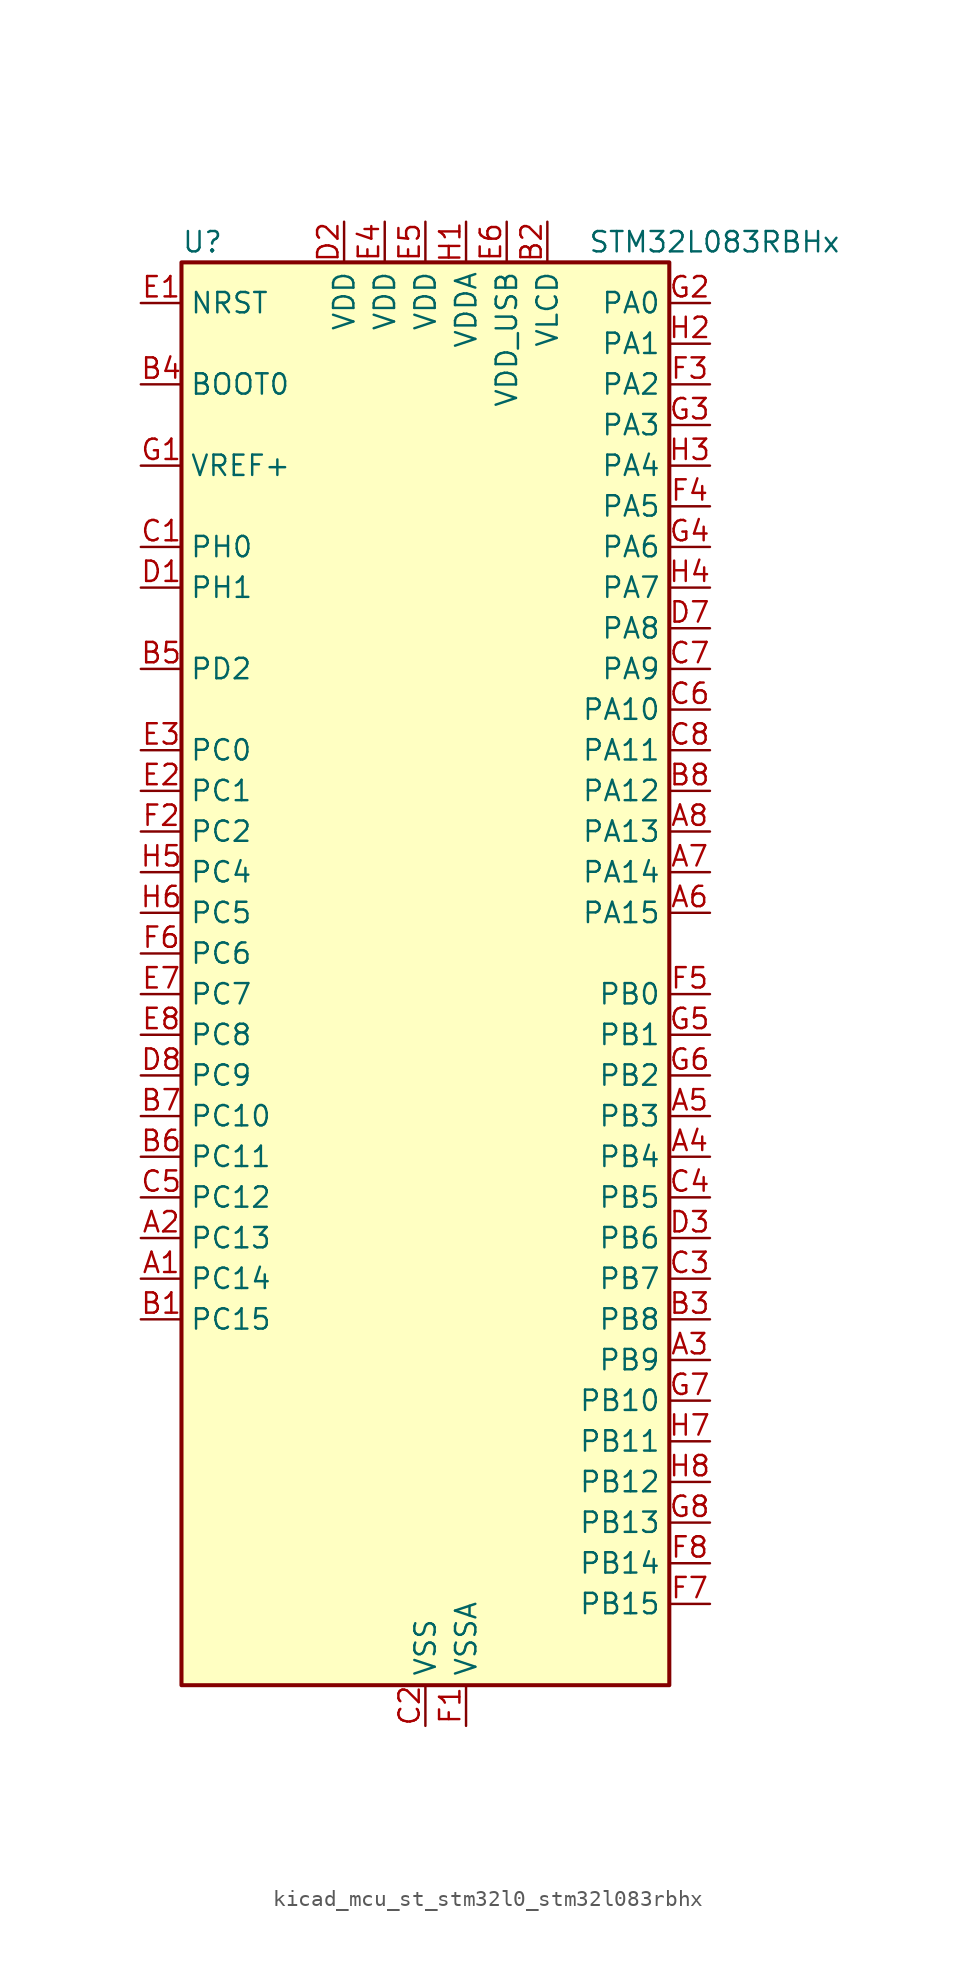
<source format=kicad_sym>
(kicad_symbol_lib
  (version 20220914)
  (generator kicad_symbol_editor)
  (symbol "kicad_mcu_st_stm32l0_stm32l083rbhx"
    (property "Reference" "U"
      (at -15.24 46.99 0)
      (effects (font (size 1.27 1.27)) (justify left)))
    (property "Value" "STM32L083RBHx"
      (at 10.16 46.99 0)
      (effects (font (size 1.27 1.27)) (justify left)))
    (property "ki_locked" ""
      (at 0 0 0)
      (effects (font (size 1.27 1.27))))
    (symbol "kicad_mcu_st_stm32l0_stm32l083rbhx_0_1"
      (rectangle (start -15.24 -43.18) (end 15.24 45.72) (stroke (width 0.254) (type default)) (fill (type background))))
    (symbol "kicad_mcu_st_stm32l0_stm32l083rbhx_1_1"
      (pin bidirectional line (at -17.78 -17.78 0) (length 2.54) (name "PC14" (effects (font (size 1.27 1.27)))) (number "A1" (effects (font (size 1.27 1.27)))) (alternate "RCC_OSC32_IN" bidirectional line))
      (pin bidirectional line (at -17.78 -15.24 0) (length 2.54) (name "PC13" (effects (font (size 1.27 1.27)))) (number "A2" (effects (font (size 1.27 1.27)))) (alternate "RTC_OUT_ALARM" bidirectional line) (alternate "RTC_OUT_CALIB" bidirectional line) (alternate "RTC_TAMP1" bidirectional line) (alternate "RTC_TS" bidirectional line) (alternate "SYS_WKUP2" bidirectional line))
      (pin bidirectional line (at 17.78 -22.86 180) (length 2.54) (name "PB9" (effects (font (size 1.27 1.27)))) (number "A3" (effects (font (size 1.27 1.27)))) (alternate "DAC_EXTI9" bidirectional line) (alternate "I2C1_SDA" bidirectional line) (alternate "I2S2_WS" bidirectional line) (alternate "LCD_COM3" bidirectional line) (alternate "SPI2_NSS" bidirectional line))
      (pin bidirectional line (at 17.78 -10.16 180) (length 2.54) (name "PB4" (effects (font (size 1.27 1.27)))) (number "A4" (effects (font (size 1.27 1.27)))) (alternate "COMP2_INP" bidirectional line) (alternate "I2C3_SDA" bidirectional line) (alternate "LCD_SEG8" bidirectional line) (alternate "SPI1_MISO" bidirectional line) (alternate "TIM22_CH1" bidirectional line) (alternate "TIM3_CH1" bidirectional line) (alternate "TSC_G5_IO2" bidirectional line) (alternate "USART1_CTS" bidirectional line) (alternate "USART5_RX" bidirectional line))
      (pin bidirectional line (at 17.78 -7.62 180) (length 2.54) (name "PB3" (effects (font (size 1.27 1.27)))) (number "A5" (effects (font (size 1.27 1.27)))) (alternate "COMP2_INM" bidirectional line) (alternate "LCD_SEG7" bidirectional line) (alternate "SPI1_SCK" bidirectional line) (alternate "TIM2_CH2" bidirectional line) (alternate "TSC_G5_IO1" bidirectional line) (alternate "USART1_DE" bidirectional line) (alternate "USART1_RTS" bidirectional line) (alternate "USART5_TX" bidirectional line))
      (pin bidirectional line (at 17.78 5.08 180) (length 2.54) (name "PA15" (effects (font (size 1.27 1.27)))) (number "A6" (effects (font (size 1.27 1.27)))) (alternate "LCD_SEG17" bidirectional line) (alternate "SPI1_NSS" bidirectional line) (alternate "TIM2_CH1" bidirectional line) (alternate "TIM2_ETR" bidirectional line) (alternate "USART2_RX" bidirectional line) (alternate "USART4_DE" bidirectional line) (alternate "USART4_RTS" bidirectional line))
      (pin bidirectional line (at 17.78 7.62 180) (length 2.54) (name "PA14" (effects (font (size 1.27 1.27)))) (number "A7" (effects (font (size 1.27 1.27)))) (alternate "LPUART1_TX" bidirectional line) (alternate "SYS_SWCLK" bidirectional line) (alternate "USART2_TX" bidirectional line))
      (pin bidirectional line (at 17.78 10.16 180) (length 2.54) (name "PA13" (effects (font (size 1.27 1.27)))) (number "A8" (effects (font (size 1.27 1.27)))) (alternate "LPUART1_RX" bidirectional line) (alternate "SYS_SWDIO" bidirectional line) (alternate "USB_NOE" bidirectional line))
      (pin bidirectional line (at -17.78 -20.32 0) (length 2.54) (name "PC15" (effects (font (size 1.27 1.27)))) (number "B1" (effects (font (size 1.27 1.27)))) (alternate "RCC_OSC32_OUT" bidirectional line))
      (pin power_in line (at 7.62 48.26 270) (length 2.54) (name "VLCD" (effects (font (size 1.27 1.27)))) (number "B2" (effects (font (size 1.27 1.27)))))
      (pin bidirectional line (at 17.78 -20.32 180) (length 2.54) (name "PB8" (effects (font (size 1.27 1.27)))) (number "B3" (effects (font (size 1.27 1.27)))) (alternate "I2C1_SCL" bidirectional line) (alternate "LCD_SEG16" bidirectional line) (alternate "TSC_SYNC" bidirectional line))
      (pin input line (at -17.78 38.1 0) (length 2.54) (name "BOOT0" (effects (font (size 1.27 1.27)))) (number "B4" (effects (font (size 1.27 1.27)))))
      (pin bidirectional line (at -17.78 20.32 0) (length 2.54) (name "PD2" (effects (font (size 1.27 1.27)))) (number "B5" (effects (font (size 1.27 1.27)))) (alternate "LCD_COM7" bidirectional line) (alternate "LCD_SEG31" bidirectional line) (alternate "LPUART1_DE" bidirectional line) (alternate "LPUART1_RTS" bidirectional line) (alternate "TIM3_ETR" bidirectional line) (alternate "USART5_RX" bidirectional line))
      (pin bidirectional line (at -17.78 -10.16 0) (length 2.54) (name "PC11" (effects (font (size 1.27 1.27)))) (number "B6" (effects (font (size 1.27 1.27)))) (alternate "ADC_EXTI11" bidirectional line) (alternate "LCD_COM5" bidirectional line) (alternate "LCD_SEG29" bidirectional line) (alternate "LPUART1_RX" bidirectional line) (alternate "USART4_RX" bidirectional line))
      (pin bidirectional line (at -17.78 -7.62 0) (length 2.54) (name "PC10" (effects (font (size 1.27 1.27)))) (number "B7" (effects (font (size 1.27 1.27)))) (alternate "LCD_COM4" bidirectional line) (alternate "LCD_SEG28" bidirectional line) (alternate "LPUART1_TX" bidirectional line) (alternate "USART4_TX" bidirectional line))
      (pin bidirectional line (at 17.78 12.7 180) (length 2.54) (name "PA12" (effects (font (size 1.27 1.27)))) (number "B8" (effects (font (size 1.27 1.27)))) (alternate "COMP2_OUT" bidirectional line) (alternate "SPI1_MOSI" bidirectional line) (alternate "TSC_G4_IO4" bidirectional line) (alternate "USART1_DE" bidirectional line) (alternate "USART1_RTS" bidirectional line) (alternate "USB_DP" bidirectional line))
      (pin bidirectional line (at -17.78 27.94 0) (length 2.54) (name "PH0" (effects (font (size 1.27 1.27)))) (number "C1" (effects (font (size 1.27 1.27)))) (alternate "CRS_SYNC" bidirectional line) (alternate "RCC_OSC_IN" bidirectional line))
      (pin power_in line (at 0 -45.72 90) (length 2.54) (name "VSS" (effects (font (size 1.27 1.27)))) (number "C2" (effects (font (size 1.27 1.27)))))
      (pin bidirectional line (at 17.78 -17.78 180) (length 2.54) (name "PB7" (effects (font (size 1.27 1.27)))) (number "C3" (effects (font (size 1.27 1.27)))) (alternate "COMP2_INP" bidirectional line) (alternate "I2C1_SDA" bidirectional line) (alternate "LPTIM1_IN2" bidirectional line) (alternate "SYS_PVD_IN" bidirectional line) (alternate "TSC_G5_IO4" bidirectional line) (alternate "USART1_RX" bidirectional line) (alternate "USART4_CTS" bidirectional line))
      (pin bidirectional line (at 17.78 -12.7 180) (length 2.54) (name "PB5" (effects (font (size 1.27 1.27)))) (number "C4" (effects (font (size 1.27 1.27)))) (alternate "COMP2_INP" bidirectional line) (alternate "I2C1_SMBA" bidirectional line) (alternate "LCD_SEG9" bidirectional line) (alternate "LPTIM1_IN1" bidirectional line) (alternate "SPI1_MOSI" bidirectional line) (alternate "TIM22_CH2" bidirectional line) (alternate "TIM3_CH2" bidirectional line) (alternate "USART1_CK" bidirectional line) (alternate "USART5_CK" bidirectional line) (alternate "USART5_DE" bidirectional line) (alternate "USART5_RTS" bidirectional line))
      (pin bidirectional line (at -17.78 -12.7 0) (length 2.54) (name "PC12" (effects (font (size 1.27 1.27)))) (number "C5" (effects (font (size 1.27 1.27)))) (alternate "LCD_COM6" bidirectional line) (alternate "LCD_SEG30" bidirectional line) (alternate "USART4_CK" bidirectional line) (alternate "USART5_TX" bidirectional line))
      (pin bidirectional line (at 17.78 17.78 180) (length 2.54) (name "PA10" (effects (font (size 1.27 1.27)))) (number "C6" (effects (font (size 1.27 1.27)))) (alternate "I2C1_SDA" bidirectional line) (alternate "LCD_COM2" bidirectional line) (alternate "TSC_G4_IO2" bidirectional line) (alternate "USART1_RX" bidirectional line))
      (pin bidirectional line (at 17.78 20.32 180) (length 2.54) (name "PA9" (effects (font (size 1.27 1.27)))) (number "C7" (effects (font (size 1.27 1.27)))) (alternate "DAC_EXTI9" bidirectional line) (alternate "I2C1_SCL" bidirectional line) (alternate "I2C3_SMBA" bidirectional line) (alternate "LCD_COM1" bidirectional line) (alternate "RCC_MCO" bidirectional line) (alternate "TSC_G4_IO1" bidirectional line) (alternate "USART1_TX" bidirectional line))
      (pin bidirectional line (at 17.78 15.24 180) (length 2.54) (name "PA11" (effects (font (size 1.27 1.27)))) (number "C8" (effects (font (size 1.27 1.27)))) (alternate "ADC_EXTI11" bidirectional line) (alternate "COMP1_OUT" bidirectional line) (alternate "SPI1_MISO" bidirectional line) (alternate "TSC_G4_IO3" bidirectional line) (alternate "USART1_CTS" bidirectional line) (alternate "USB_DM" bidirectional line))
      (pin bidirectional line (at -17.78 25.4 0) (length 2.54) (name "PH1" (effects (font (size 1.27 1.27)))) (number "D1" (effects (font (size 1.27 1.27)))) (alternate "RCC_OSC_OUT" bidirectional line))
      (pin power_in line (at -5.08 48.26 270) (length 2.54) (name "VDD" (effects (font (size 1.27 1.27)))) (number "D2" (effects (font (size 1.27 1.27)))))
      (pin bidirectional line (at 17.78 -15.24 180) (length 2.54) (name "PB6" (effects (font (size 1.27 1.27)))) (number "D3" (effects (font (size 1.27 1.27)))) (alternate "COMP2_INP" bidirectional line) (alternate "I2C1_SCL" bidirectional line) (alternate "LPTIM1_ETR" bidirectional line) (alternate "TSC_G5_IO3" bidirectional line) (alternate "USART1_TX" bidirectional line))
      (pin passive line (at 0 -45.72 90) (length 2.54) hide (name "VSS" (effects (font (size 1.27 1.27)))) (number "D4" (effects (font (size 1.27 1.27)))))
      (pin passive line (at 0 -45.72 90) (length 2.54) hide (name "VSS" (effects (font (size 1.27 1.27)))) (number "D5" (effects (font (size 1.27 1.27)))))
      (pin passive line (at 0 -45.72 90) (length 2.54) hide (name "VSS" (effects (font (size 1.27 1.27)))) (number "D6" (effects (font (size 1.27 1.27)))))
      (pin bidirectional line (at 17.78 22.86 180) (length 2.54) (name "PA8" (effects (font (size 1.27 1.27)))) (number "D7" (effects (font (size 1.27 1.27)))) (alternate "CRS_SYNC" bidirectional line) (alternate "I2C3_SCL" bidirectional line) (alternate "LCD_COM0" bidirectional line) (alternate "RCC_MCO" bidirectional line) (alternate "USART1_CK" bidirectional line))
      (pin bidirectional line (at -17.78 -5.08 0) (length 2.54) (name "PC9" (effects (font (size 1.27 1.27)))) (number "D8" (effects (font (size 1.27 1.27)))) (alternate "DAC_EXTI9" bidirectional line) (alternate "I2C3_SDA" bidirectional line) (alternate "LCD_SEG27" bidirectional line) (alternate "TIM21_ETR" bidirectional line) (alternate "TIM3_CH4" bidirectional line) (alternate "TSC_G8_IO4" bidirectional line) (alternate "USB_NOE" bidirectional line))
      (pin input line (at -17.78 43.18 0) (length 2.54) (name "NRST" (effects (font (size 1.27 1.27)))) (number "E1" (effects (font (size 1.27 1.27)))))
      (pin bidirectional line (at -17.78 12.7 0) (length 2.54) (name "PC1" (effects (font (size 1.27 1.27)))) (number "E2" (effects (font (size 1.27 1.27)))) (alternate "ADC_IN11" bidirectional line) (alternate "I2C3_SDA" bidirectional line) (alternate "LCD_SEG19" bidirectional line) (alternate "LPTIM1_OUT" bidirectional line) (alternate "LPUART1_TX" bidirectional line) (alternate "TSC_G7_IO2" bidirectional line))
      (pin bidirectional line (at -17.78 15.24 0) (length 2.54) (name "PC0" (effects (font (size 1.27 1.27)))) (number "E3" (effects (font (size 1.27 1.27)))) (alternate "ADC_IN10" bidirectional line) (alternate "I2C3_SCL" bidirectional line) (alternate "LCD_SEG18" bidirectional line) (alternate "LPTIM1_IN1" bidirectional line) (alternate "LPUART1_RX" bidirectional line) (alternate "TSC_G7_IO1" bidirectional line))
      (pin power_in line (at -2.54 48.26 270) (length 2.54) (name "VDD" (effects (font (size 1.27 1.27)))) (number "E4" (effects (font (size 1.27 1.27)))))
      (pin power_in line (at 0 48.26 270) (length 2.54) (name "VDD" (effects (font (size 1.27 1.27)))) (number "E5" (effects (font (size 1.27 1.27)))))
      (pin power_in line (at 5.08 48.26 270) (length 2.54) (name "VDD_USB" (effects (font (size 1.27 1.27)))) (number "E6" (effects (font (size 1.27 1.27)))))
      (pin bidirectional line (at -17.78 0 0) (length 2.54) (name "PC7" (effects (font (size 1.27 1.27)))) (number "E7" (effects (font (size 1.27 1.27)))) (alternate "LCD_SEG25" bidirectional line) (alternate "TIM22_CH2" bidirectional line) (alternate "TIM3_CH2" bidirectional line) (alternate "TSC_G8_IO2" bidirectional line))
      (pin bidirectional line (at -17.78 -2.54 0) (length 2.54) (name "PC8" (effects (font (size 1.27 1.27)))) (number "E8" (effects (font (size 1.27 1.27)))) (alternate "LCD_SEG26" bidirectional line) (alternate "TIM22_ETR" bidirectional line) (alternate "TIM3_CH3" bidirectional line) (alternate "TSC_G8_IO3" bidirectional line))
      (pin power_in line (at 2.54 -45.72 90) (length 2.54) (name "VSSA" (effects (font (size 1.27 1.27)))) (number "F1" (effects (font (size 1.27 1.27)))))
      (pin bidirectional line (at -17.78 10.16 0) (length 2.54) (name "PC2" (effects (font (size 1.27 1.27)))) (number "F2" (effects (font (size 1.27 1.27)))) (alternate "ADC_IN12" bidirectional line) (alternate "I2S2_MCK" bidirectional line) (alternate "LCD_SEG20" bidirectional line) (alternate "LPTIM1_IN2" bidirectional line) (alternate "SPI2_MISO" bidirectional line) (alternate "TSC_G7_IO3" bidirectional line))
      (pin bidirectional line (at 17.78 38.1 180) (length 2.54) (name "PA2" (effects (font (size 1.27 1.27)))) (number "F3" (effects (font (size 1.27 1.27)))) (alternate "ADC_IN2" bidirectional line) (alternate "COMP2_INM" bidirectional line) (alternate "COMP2_OUT" bidirectional line) (alternate "LCD_SEG1" bidirectional line) (alternate "LPUART1_TX" bidirectional line) (alternate "TIM21_CH1" bidirectional line) (alternate "TIM2_CH3" bidirectional line) (alternate "TSC_G1_IO3" bidirectional line) (alternate "USART2_TX" bidirectional line))
      (pin bidirectional line (at 17.78 30.48 180) (length 2.54) (name "PA5" (effects (font (size 1.27 1.27)))) (number "F4" (effects (font (size 1.27 1.27)))) (alternate "ADC_IN5" bidirectional line) (alternate "COMP1_INM" bidirectional line) (alternate "COMP2_INM" bidirectional line) (alternate "DAC_OUT2" bidirectional line) (alternate "SPI1_SCK" bidirectional line) (alternate "TIM2_CH1" bidirectional line) (alternate "TIM2_ETR" bidirectional line) (alternate "TSC_G2_IO2" bidirectional line))
      (pin bidirectional line (at 17.78 0 180) (length 2.54) (name "PB0" (effects (font (size 1.27 1.27)))) (number "F5" (effects (font (size 1.27 1.27)))) (alternate "ADC_IN8" bidirectional line) (alternate "LCD_SEG5" bidirectional line) (alternate "LCD_VLCD3" bidirectional line) (alternate "SYS_VREF_OUT_PB0" bidirectional line) (alternate "TIM3_CH3" bidirectional line) (alternate "TSC_G3_IO2" bidirectional line))
      (pin bidirectional line (at -17.78 2.54 0) (length 2.54) (name "PC6" (effects (font (size 1.27 1.27)))) (number "F6" (effects (font (size 1.27 1.27)))) (alternate "LCD_SEG24" bidirectional line) (alternate "TIM22_CH1" bidirectional line) (alternate "TIM3_CH1" bidirectional line) (alternate "TSC_G8_IO1" bidirectional line))
      (pin bidirectional line (at 17.78 -38.1 180) (length 2.54) (name "PB15" (effects (font (size 1.27 1.27)))) (number "F7" (effects (font (size 1.27 1.27)))) (alternate "I2S2_SD" bidirectional line) (alternate "LCD_SEG15" bidirectional line) (alternate "RTC_REFIN" bidirectional line) (alternate "SPI2_MOSI" bidirectional line))
      (pin bidirectional line (at 17.78 -35.56 180) (length 2.54) (name "PB14" (effects (font (size 1.27 1.27)))) (number "F8" (effects (font (size 1.27 1.27)))) (alternate "I2C2_SDA" bidirectional line) (alternate "I2S2_MCK" bidirectional line) (alternate "LCD_SEG14" bidirectional line) (alternate "LPUART1_DE" bidirectional line) (alternate "LPUART1_RTS" bidirectional line) (alternate "RTC_OUT_ALARM" bidirectional line) (alternate "RTC_OUT_CALIB" bidirectional line) (alternate "SPI2_MISO" bidirectional line) (alternate "TIM21_CH2" bidirectional line) (alternate "TSC_G6_IO4" bidirectional line))
      (pin input line (at -17.78 33.02 0) (length 2.54) (name "VREF+" (effects (font (size 1.27 1.27)))) (number "G1" (effects (font (size 1.27 1.27)))))
      (pin bidirectional line (at 17.78 43.18 180) (length 2.54) (name "PA0" (effects (font (size 1.27 1.27)))) (number "G2" (effects (font (size 1.27 1.27)))) (alternate "ADC_IN0" bidirectional line) (alternate "COMP1_INM" bidirectional line) (alternate "COMP1_OUT" bidirectional line) (alternate "RTC_TAMP2" bidirectional line) (alternate "SYS_WKUP1" bidirectional line) (alternate "TIM2_CH1" bidirectional line) (alternate "TIM2_ETR" bidirectional line) (alternate "TSC_G1_IO1" bidirectional line) (alternate "USART2_CTS" bidirectional line) (alternate "USART4_TX" bidirectional line))
      (pin bidirectional line (at 17.78 35.56 180) (length 2.54) (name "PA3" (effects (font (size 1.27 1.27)))) (number "G3" (effects (font (size 1.27 1.27)))) (alternate "ADC_IN3" bidirectional line) (alternate "COMP2_INP" bidirectional line) (alternate "LCD_SEG2" bidirectional line) (alternate "LPUART1_RX" bidirectional line) (alternate "TIM21_CH2" bidirectional line) (alternate "TIM2_CH4" bidirectional line) (alternate "TSC_G1_IO4" bidirectional line) (alternate "USART2_RX" bidirectional line))
      (pin bidirectional line (at 17.78 27.94 180) (length 2.54) (name "PA6" (effects (font (size 1.27 1.27)))) (number "G4" (effects (font (size 1.27 1.27)))) (alternate "ADC_IN6" bidirectional line) (alternate "COMP1_OUT" bidirectional line) (alternate "LCD_SEG3" bidirectional line) (alternate "LPUART1_CTS" bidirectional line) (alternate "SPI1_MISO" bidirectional line) (alternate "TIM22_CH1" bidirectional line) (alternate "TIM3_CH1" bidirectional line) (alternate "TSC_G2_IO3" bidirectional line))
      (pin bidirectional line (at 17.78 -2.54 180) (length 2.54) (name "PB1" (effects (font (size 1.27 1.27)))) (number "G5" (effects (font (size 1.27 1.27)))) (alternate "ADC_IN9" bidirectional line) (alternate "LCD_SEG6" bidirectional line) (alternate "LPUART1_DE" bidirectional line) (alternate "LPUART1_RTS" bidirectional line) (alternate "SYS_VREF_OUT_PB1" bidirectional line) (alternate "TIM3_CH4" bidirectional line) (alternate "TSC_G3_IO3" bidirectional line))
      (pin bidirectional line (at 17.78 -5.08 180) (length 2.54) (name "PB2" (effects (font (size 1.27 1.27)))) (number "G6" (effects (font (size 1.27 1.27)))) (alternate "I2C3_SMBA" bidirectional line) (alternate "LCD_VLCD2" bidirectional line) (alternate "LPTIM1_OUT" bidirectional line) (alternate "TSC_G3_IO4" bidirectional line))
      (pin bidirectional line (at 17.78 -25.4 180) (length 2.54) (name "PB10" (effects (font (size 1.27 1.27)))) (number "G7" (effects (font (size 1.27 1.27)))) (alternate "I2C2_SCL" bidirectional line) (alternate "LCD_SEG10" bidirectional line) (alternate "LPUART1_RX" bidirectional line) (alternate "LPUART1_TX" bidirectional line) (alternate "SPI2_SCK" bidirectional line) (alternate "TIM2_CH3" bidirectional line) (alternate "TSC_SYNC" bidirectional line))
      (pin bidirectional line (at 17.78 -33.02 180) (length 2.54) (name "PB13" (effects (font (size 1.27 1.27)))) (number "G8" (effects (font (size 1.27 1.27)))) (alternate "I2C2_SCL" bidirectional line) (alternate "I2S2_CK" bidirectional line) (alternate "LCD_SEG13" bidirectional line) (alternate "LPUART1_CTS" bidirectional line) (alternate "RCC_MCO" bidirectional line) (alternate "SPI2_SCK" bidirectional line) (alternate "TIM21_CH1" bidirectional line) (alternate "TSC_G6_IO3" bidirectional line))
      (pin power_in line (at 2.54 48.26 270) (length 2.54) (name "VDDA" (effects (font (size 1.27 1.27)))) (number "H1" (effects (font (size 1.27 1.27)))))
      (pin bidirectional line (at 17.78 40.64 180) (length 2.54) (name "PA1" (effects (font (size 1.27 1.27)))) (number "H2" (effects (font (size 1.27 1.27)))) (alternate "ADC_IN1" bidirectional line) (alternate "COMP1_INP" bidirectional line) (alternate "LCD_SEG0" bidirectional line) (alternate "TIM21_ETR" bidirectional line) (alternate "TIM2_CH2" bidirectional line) (alternate "TSC_G1_IO2" bidirectional line) (alternate "USART2_DE" bidirectional line) (alternate "USART2_RTS" bidirectional line) (alternate "USART4_RX" bidirectional line))
      (pin bidirectional line (at 17.78 33.02 180) (length 2.54) (name "PA4" (effects (font (size 1.27 1.27)))) (number "H3" (effects (font (size 1.27 1.27)))) (alternate "ADC_IN4" bidirectional line) (alternate "COMP1_INM" bidirectional line) (alternate "COMP2_INM" bidirectional line) (alternate "DAC_OUT1" bidirectional line) (alternate "SPI1_NSS" bidirectional line) (alternate "TIM22_ETR" bidirectional line) (alternate "TSC_G2_IO1" bidirectional line) (alternate "USART2_CK" bidirectional line))
      (pin bidirectional line (at 17.78 25.4 180) (length 2.54) (name "PA7" (effects (font (size 1.27 1.27)))) (number "H4" (effects (font (size 1.27 1.27)))) (alternate "ADC_IN7" bidirectional line) (alternate "COMP2_OUT" bidirectional line) (alternate "LCD_SEG4" bidirectional line) (alternate "SPI1_MOSI" bidirectional line) (alternate "TIM22_CH2" bidirectional line) (alternate "TIM3_CH2" bidirectional line) (alternate "TSC_G2_IO4" bidirectional line))
      (pin bidirectional line (at -17.78 7.62 0) (length 2.54) (name "PC4" (effects (font (size 1.27 1.27)))) (number "H5" (effects (font (size 1.27 1.27)))) (alternate "ADC_IN14" bidirectional line) (alternate "LCD_SEG22" bidirectional line) (alternate "LPUART1_TX" bidirectional line))
      (pin bidirectional line (at -17.78 5.08 0) (length 2.54) (name "PC5" (effects (font (size 1.27 1.27)))) (number "H6" (effects (font (size 1.27 1.27)))) (alternate "ADC_IN15" bidirectional line) (alternate "LCD_SEG23" bidirectional line) (alternate "LPUART1_RX" bidirectional line) (alternate "TSC_G3_IO1" bidirectional line))
      (pin bidirectional line (at 17.78 -27.94 180) (length 2.54) (name "PB11" (effects (font (size 1.27 1.27)))) (number "H7" (effects (font (size 1.27 1.27)))) (alternate "ADC_EXTI11" bidirectional line) (alternate "I2C2_SDA" bidirectional line) (alternate "LCD_SEG11" bidirectional line) (alternate "LPUART1_RX" bidirectional line) (alternate "LPUART1_TX" bidirectional line) (alternate "TIM2_CH4" bidirectional line) (alternate "TSC_G6_IO1" bidirectional line))
      (pin bidirectional line (at 17.78 -30.48 180) (length 2.54) (name "PB12" (effects (font (size 1.27 1.27)))) (number "H8" (effects (font (size 1.27 1.27)))) (alternate "I2S2_WS" bidirectional line) (alternate "LCD_SEG12" bidirectional line) (alternate "LCD_VLCD2" bidirectional line) (alternate "LPUART1_DE" bidirectional line) (alternate "LPUART1_RTS" bidirectional line) (alternate "SPI2_NSS" bidirectional line) (alternate "TSC_G6_IO2" bidirectional line)))))
</source>
